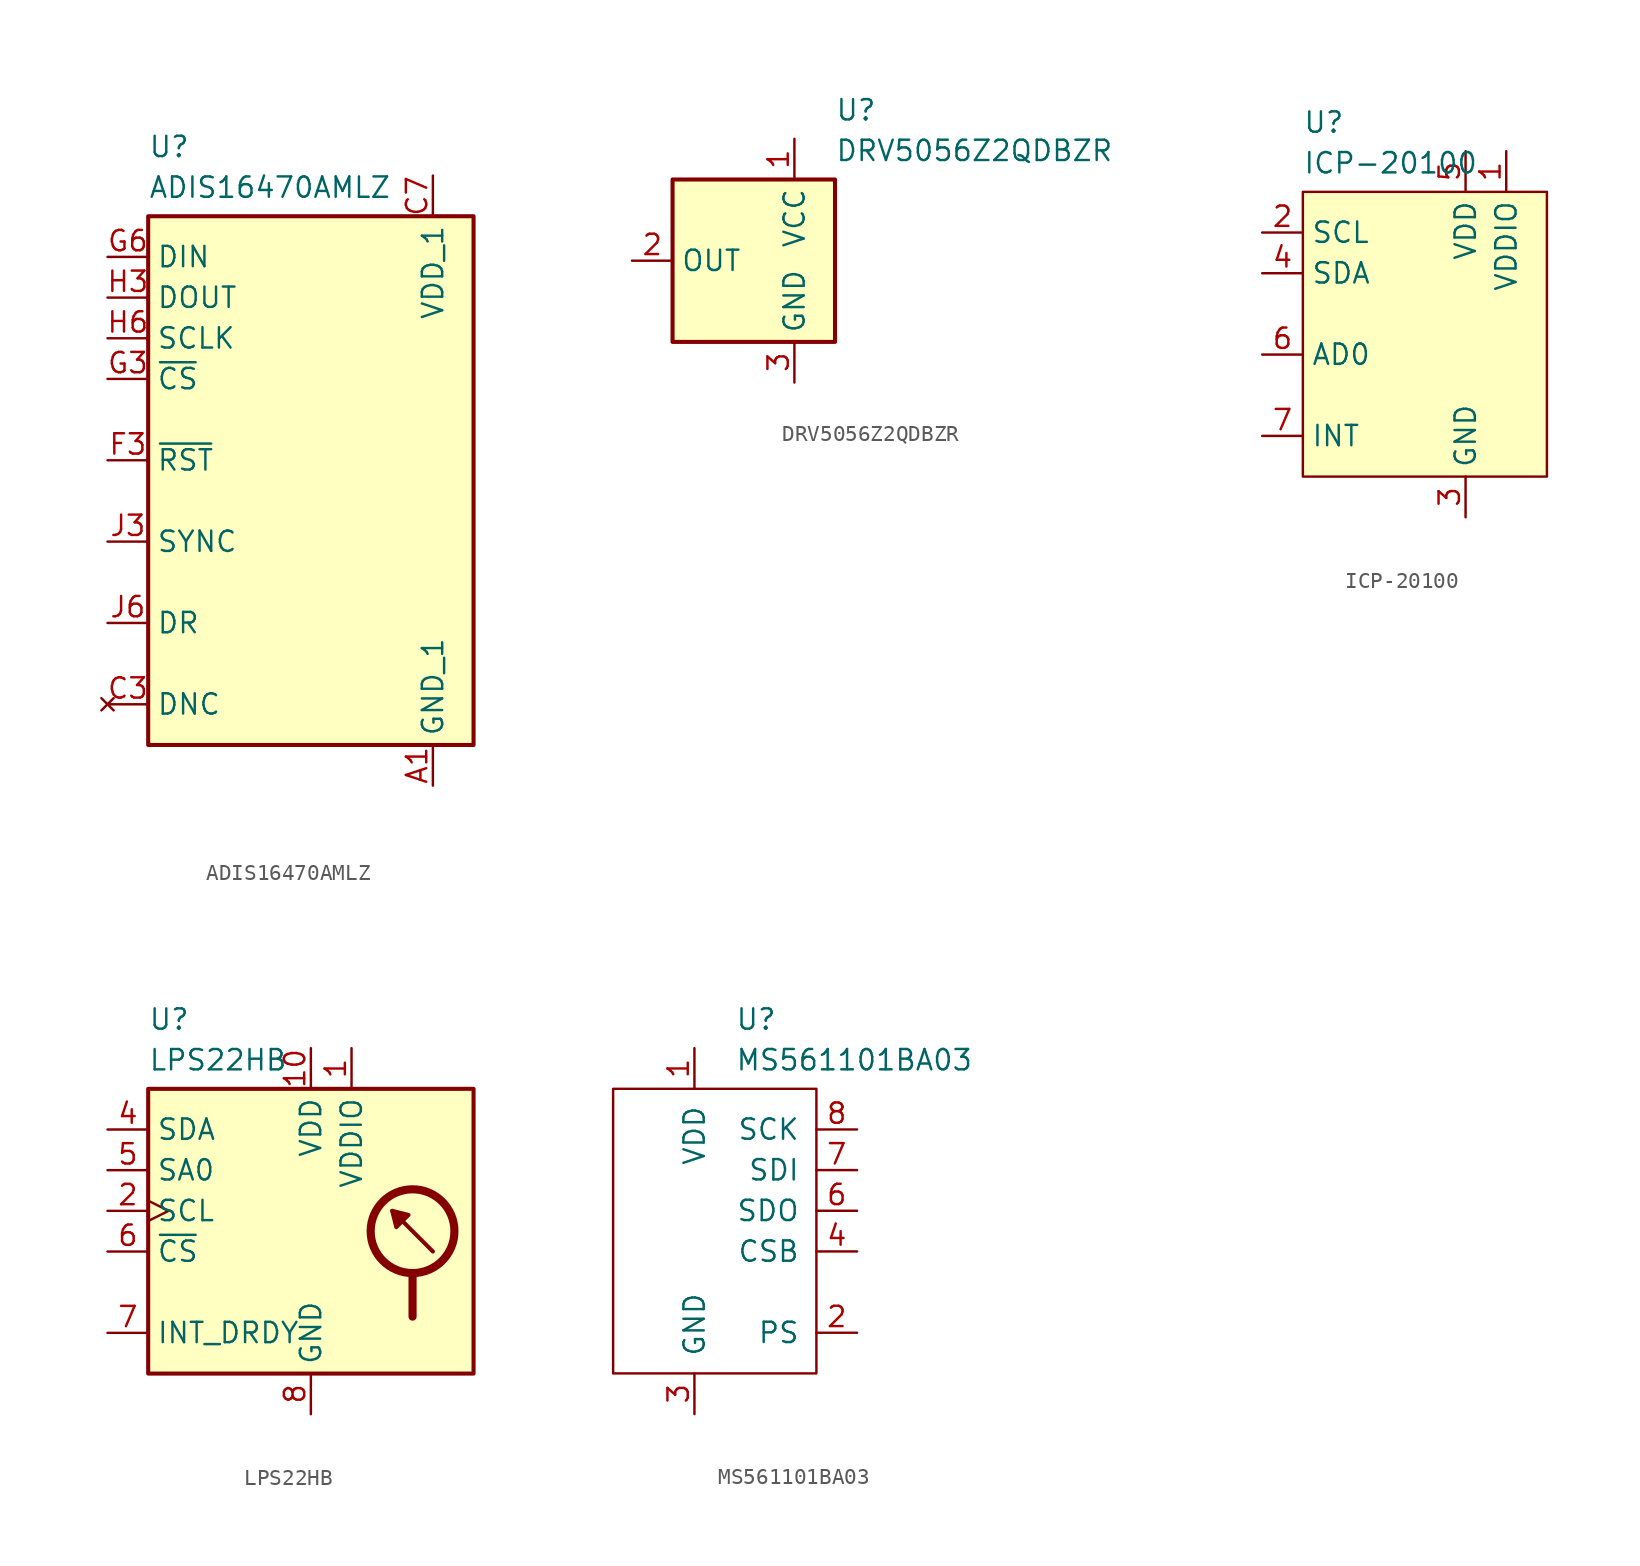
<source format=kicad_sym>
(kicad_symbol_lib
  (version 20241209)
  (generator "kicad_symbol_editor")
  (generator_version "9.0")
  (symbol "ADIS16470AMLZ"
    (property "Reference" "U"
      (at 2.54 7.62 0)
      (effects (font (size 1.27 1.27)) (justify left top)))
    (property "Value" "ADIS16470AMLZ"
      (at 2.54 5.08 0)
      (effects (font (size 1.27 1.27)) (justify left top)))
    (symbol "ADIS16470AMLZ_1_1"
      (rectangle (start 2.54 2.54) (end 22.86 -30.48) (stroke (width 0.254) (type default)) (fill (type background)))
      (pin passive line (at 0 0 0) (length 2.54) (name "DIN" (effects (font (size 1.27 1.27)))) (number "G6" (effects (font (size 1.27 1.27)))))
      (pin passive line (at 0 -2.54 0) (length 2.54) (name "DOUT" (effects (font (size 1.27 1.27)))) (number "H3" (effects (font (size 1.27 1.27)))))
      (pin passive line (at 0 -5.08 0) (length 2.54) (name "SCLK" (effects (font (size 1.27 1.27)))) (number "H6" (effects (font (size 1.27 1.27)))))
      (pin passive line (at 0 -7.62 0) (length 2.54) (name "~{CS}" (effects (font (size 1.27 1.27)))) (number "G3" (effects (font (size 1.27 1.27)))))
      (pin passive line (at 0 -12.7 0) (length 2.54) (name "~{RST}" (effects (font (size 1.27 1.27)))) (number "F3" (effects (font (size 1.27 1.27)))))
      (pin passive line (at 0 -17.78 0) (length 2.54) (name "SYNC" (effects (font (size 1.27 1.27)))) (number "J3" (effects (font (size 1.27 1.27)))))
      (pin passive line (at 0 -22.86 0) (length 2.54) (name "DR" (effects (font (size 1.27 1.27)))) (number "J6" (effects (font (size 1.27 1.27)))))
      (pin no_connect line (at 0 -27.94 0) (length 2.54) (name "DNC" (effects (font (size 1.27 1.27)))) (number "C3" (effects (font (size 1.27 1.27)))))
      (pin passive line (at 20.32 5.08 270) (length 2.54) (name "VDD_1" (effects (font (size 1.27 1.27)))) (number "C7" (effects (font (size 1.27 1.27)))))
      (pin passive line (at 20.32 5.08 270) (length 2.54) (hide yes) (name "VDD_2" (effects (font (size 1.27 1.27)))) (number "D6" (effects (font (size 1.27 1.27)))))
      (pin passive line (at 20.32 5.08 270) (length 2.54) (hide yes) (name "VDD_3" (effects (font (size 1.27 1.27)))) (number "E3" (effects (font (size 1.27 1.27)))))
      (pin passive line (at 20.32 5.08 270) (length 2.54) (hide yes) (name "VDD_4" (effects (font (size 1.27 1.27)))) (number "H1" (effects (font (size 1.27 1.27)))))
      (pin passive line (at 20.32 5.08 270) (length 2.54) (hide yes) (name "VDD_5" (effects (font (size 1.27 1.27)))) (number "J4" (effects (font (size 1.27 1.27)))))
      (pin passive line (at 20.32 5.08 270) (length 2.54) (hide yes) (name "VDD_6" (effects (font (size 1.27 1.27)))) (number "J5" (effects (font (size 1.27 1.27)))))
      (pin passive line (at 20.32 5.08 270) (length 2.54) (hide yes) (name "VDD_7" (effects (font (size 1.27 1.27)))) (number "K6" (effects (font (size 1.27 1.27)))))
      (pin passive line (at 20.32 -33.02 90) (length 2.54) (name "GND_1" (effects (font (size 1.27 1.27)))) (number "A1" (effects (font (size 1.27 1.27)))))
      (pin passive line (at 20.32 -33.02 90) (length 2.54) (hide yes) (name "GND_2" (effects (font (size 1.27 1.27)))) (number "A2" (effects (font (size 1.27 1.27)))))
      (pin passive line (at 20.32 -33.02 90) (length 2.54) (hide yes) (name "GND_3" (effects (font (size 1.27 1.27)))) (number "A3" (effects (font (size 1.27 1.27)))))
      (pin passive line (at 20.32 -33.02 90) (length 2.54) (hide yes) (name "GND_4" (effects (font (size 1.27 1.27)))) (number "A4" (effects (font (size 1.27 1.27)))))
      (pin passive line (at 20.32 -33.02 90) (length 2.54) (hide yes) (name "GND_5" (effects (font (size 1.27 1.27)))) (number "A5" (effects (font (size 1.27 1.27)))))
      (pin passive line (at 20.32 -33.02 90) (length 2.54) (hide yes) (name "GND_6" (effects (font (size 1.27 1.27)))) (number "A6" (effects (font (size 1.27 1.27)))))
      (pin passive line (at 20.32 -33.02 90) (length 2.54) (hide yes) (name "GND_7" (effects (font (size 1.27 1.27)))) (number "A7" (effects (font (size 1.27 1.27)))))
      (pin passive line (at 20.32 -33.02 90) (length 2.54) (hide yes) (name "GND_8" (effects (font (size 1.27 1.27)))) (number "A8" (effects (font (size 1.27 1.27)))))
      (pin passive line (at 20.32 -33.02 90) (length 2.54) (hide yes) (name "GND_9" (effects (font (size 1.27 1.27)))) (number "B3" (effects (font (size 1.27 1.27)))))
      (pin passive line (at 20.32 -33.02 90) (length 2.54) (hide yes) (name "GND_10" (effects (font (size 1.27 1.27)))) (number "B4" (effects (font (size 1.27 1.27)))))
      (pin passive line (at 20.32 -33.02 90) (length 2.54) (hide yes) (name "GND_11" (effects (font (size 1.27 1.27)))) (number "B5" (effects (font (size 1.27 1.27)))))
      (pin passive line (at 20.32 -33.02 90) (length 2.54) (hide yes) (name "GND_12" (effects (font (size 1.27 1.27)))) (number "B6" (effects (font (size 1.27 1.27)))))
      (pin passive line (at 20.32 -33.02 90) (length 2.54) (hide yes) (name "GND_13" (effects (font (size 1.27 1.27)))) (number "C2" (effects (font (size 1.27 1.27)))))
      (pin passive line (at 20.32 -33.02 90) (length 2.54) (hide yes) (name "GND_14" (effects (font (size 1.27 1.27)))) (number "C6" (effects (font (size 1.27 1.27)))))
      (pin passive line (at 20.32 -33.02 90) (length 2.54) (hide yes) (name "GND_15" (effects (font (size 1.27 1.27)))) (number "D3" (effects (font (size 1.27 1.27)))))
      (pin passive line (at 20.32 -33.02 90) (length 2.54) (hide yes) (name "GND_16" (effects (font (size 1.27 1.27)))) (number "E2" (effects (font (size 1.27 1.27)))))
      (pin passive line (at 20.32 -33.02 90) (length 2.54) (hide yes) (name "GND_17" (effects (font (size 1.27 1.27)))) (number "E6" (effects (font (size 1.27 1.27)))))
      (pin passive line (at 20.32 -33.02 90) (length 2.54) (hide yes) (name "GND_18" (effects (font (size 1.27 1.27)))) (number "E7" (effects (font (size 1.27 1.27)))))
      (pin passive line (at 20.32 -33.02 90) (length 2.54) (hide yes) (name "GND_19" (effects (font (size 1.27 1.27)))) (number "F1" (effects (font (size 1.27 1.27)))))
      (pin passive line (at 20.32 -33.02 90) (length 2.54) (hide yes) (name "GND_20" (effects (font (size 1.27 1.27)))) (number "F6" (effects (font (size 1.27 1.27)))))
      (pin passive line (at 20.32 -33.02 90) (length 2.54) (hide yes) (name "GND_21" (effects (font (size 1.27 1.27)))) (number "F8" (effects (font (size 1.27 1.27)))))
      (pin passive line (at 20.32 -33.02 90) (length 2.54) (hide yes) (name "GND_22" (effects (font (size 1.27 1.27)))) (number "G2" (effects (font (size 1.27 1.27)))))
      (pin passive line (at 20.32 -33.02 90) (length 2.54) (hide yes) (name "GND_23" (effects (font (size 1.27 1.27)))) (number "G7" (effects (font (size 1.27 1.27)))))
      (pin passive line (at 20.32 -33.02 90) (length 2.54) (hide yes) (name "GND_24" (effects (font (size 1.27 1.27)))) (number "H8" (effects (font (size 1.27 1.27)))))
      (pin passive line (at 20.32 -33.02 90) (length 2.54) (hide yes) (name "GND_25" (effects (font (size 1.27 1.27)))) (number "J2" (effects (font (size 1.27 1.27)))))
      (pin passive line (at 20.32 -33.02 90) (length 2.54) (hide yes) (name "GND_26" (effects (font (size 1.27 1.27)))) (number "J7" (effects (font (size 1.27 1.27)))))
      (pin passive line (at 20.32 -33.02 90) (length 2.54) (hide yes) (name "GND_27" (effects (font (size 1.27 1.27)))) (number "K1" (effects (font (size 1.27 1.27)))))
      (pin passive line (at 20.32 -33.02 90) (length 2.54) (hide yes) (name "GND_28" (effects (font (size 1.27 1.27)))) (number "K3" (effects (font (size 1.27 1.27)))))
      (pin passive line (at 20.32 -33.02 90) (length 2.54) (hide yes) (name "GND_29" (effects (font (size 1.27 1.27)))) (number "K8" (effects (font (size 1.27 1.27)))))))
  (symbol "DRV5056Z2QDBZR"
    (property "Reference" "U"
      (at 12.7 10.16 0)
      (effects (font (size 1.27 1.27)) (justify left top)))
    (property "Value" "DRV5056Z2QDBZR"
      (at 12.7 7.62 0)
      (effects (font (size 1.27 1.27)) (justify left top)))
    (symbol "DRV5056Z2QDBZR_1_1"
      (rectangle (start 2.54 5.08) (end 12.7 -5.08) (stroke (width 0.254) (type default)) (fill (type background)))
      (pin passive line (at 0 0 0) (length 2.54) (name "OUT" (effects (font (size 1.27 1.27)))) (number "2" (effects (font (size 1.27 1.27)))))
      (pin passive line (at 10.16 7.62 270) (length 2.54) (name "VCC" (effects (font (size 1.27 1.27)))) (number "1" (effects (font (size 1.27 1.27)))))
      (pin passive line (at 10.16 -7.62 90) (length 2.54) (name "GND" (effects (font (size 1.27 1.27)))) (number "3" (effects (font (size 1.27 1.27)))))))
  (symbol "ICP-20100"
    (property "Reference" "U"
      (at 2.54 7.62 0)
      (effects (font (size 1.27 1.27)) (justify left top)))
    (property "Value" "ICP-20100"
      (at 2.54 5.08 0)
      (effects (font (size 1.27 1.27)) (justify left top)))
    (symbol "ICP-20100_1_1"
      (rectangle (start 2.54 2.54) (end 17.78 -15.24) (stroke (width 0) (type solid)) (fill (type background)))
      (pin input line (at 0 0 0) (length 2.54) (name "SCL" (effects (font (size 1.27 1.27)))) (number "2" (effects (font (size 1.27 1.27)))))
      (pin bidirectional line (at 0 -2.54 0) (length 2.54) (name "SDA" (effects (font (size 1.27 1.27)))) (number "4" (effects (font (size 1.27 1.27)))))
      (pin input line (at 0 -7.62 0) (length 2.54) (name "AD0" (effects (font (size 1.27 1.27)))) (number "6" (effects (font (size 1.27 1.27)))))
      (pin output line (at 0 -12.7 0) (length 2.54) (name "INT" (effects (font (size 1.27 1.27)))) (number "7" (effects (font (size 1.27 1.27)))))
      (pin power_in line (at 12.7 5.08 270) (length 2.54) (name "VDD" (effects (font (size 1.27 1.27)))) (number "5" (effects (font (size 1.27 1.27)))))
      (pin power_in line (at 12.7 -17.78 90) (length 2.54) (name "GND" (effects (font (size 1.27 1.27)))) (number "3" (effects (font (size 1.27 1.27)))))
      (pin power_in line (at 15.24 5.08 270) (length 2.54) (name "VDDIO" (effects (font (size 1.27 1.27)))) (number "1" (effects (font (size 1.27 1.27)))))))
  (symbol "LPS22HB"
    (property "Reference" "U"
      (at 2.54 7.62 0)
      (effects (font (size 1.27 1.27)) (justify left top)))
    (property "Value" "LPS22HB"
      (at 2.54 5.08 0)
      (effects (font (size 1.27 1.27)) (justify left top)))
    (symbol "LPS22HB_0_1"
      (polyline (pts (xy 17.78 -5.08) (xy 18.034 -6.096) (xy 18.796 -5.334) (xy 17.78 -5.08)) (stroke (width 0.254) (type default)) (fill (type outline)))
      (circle (center 19.05 -6.35) (radius 2.616) (stroke (width 0.508) (type default)) (fill (type none)))
      (polyline (pts (xy 19.05 -9.144) (xy 19.05 -11.684)) (stroke (width 0.508) (type default)) (fill (type none)))
      (polyline (pts (xy 20.32 -7.62) (xy 17.78 -5.08)) (stroke (width 0.254) (type default)) (fill (type none)))
      (rectangle (start 22.86 2.54) (end 2.54 -15.24) (stroke (width 0.254) (type default)) (fill (type background))))
    (symbol "LPS22HB_1_1"
      (pin bidirectional line (at 0 0 0) (length 2.54) (name "SDA" (effects (font (size 1.27 1.27)))) (number "4" (effects (font (size 1.27 1.27)))) (alternate "SDI" input line) (alternate "SDI/SDO" bidirectional line))
      (pin input line (at 0 -2.54 0) (length 2.54) (name "SA0" (effects (font (size 1.27 1.27)))) (number "5" (effects (font (size 1.27 1.27)))) (alternate "SDO" output line))
      (pin input clock (at 0 -5.08 0) (length 2.54) (name "SCL" (effects (font (size 1.27 1.27)))) (number "2" (effects (font (size 1.27 1.27)))) (alternate "SPC" input clock))
      (pin input line (at 0 -7.62 0) (length 2.54) (name "~{CS}" (effects (font (size 1.27 1.27)))) (number "6" (effects (font (size 1.27 1.27)))))
      (pin output line (at 0 -12.7 0) (length 2.54) (name "INT_DRDY" (effects (font (size 1.27 1.27)))) (number "7" (effects (font (size 1.27 1.27)))))
      (pin power_in line (at 12.7 5.08 270) (length 2.54) (name "VDD" (effects (font (size 1.27 1.27)))) (number "10" (effects (font (size 1.27 1.27)))))
      (pin passive line (at 12.7 -17.78 90) (length 2.54) (hide yes) (name "GND" (effects (font (size 1.27 1.27)))) (number "3" (effects (font (size 1.27 1.27)))))
      (pin power_in line (at 12.7 -17.78 90) (length 2.54) (name "GND" (effects (font (size 1.27 1.27)))) (number "8" (effects (font (size 1.27 1.27)))))
      (pin passive line (at 12.7 -17.78 90) (length 2.54) (hide yes) (name "GND" (effects (font (size 1.27 1.27)))) (number "9" (effects (font (size 1.27 1.27)))))
      (pin power_in line (at 15.24 5.08 270) (length 2.54) (name "VDDIO" (effects (font (size 1.27 1.27)))) (number "1" (effects (font (size 1.27 1.27)))))))
  (symbol "MS561101BA03"
    (pin_names
      (offset 1.016))
    (property "Reference" "U"
      (at 7.62 5.08 0)
      (effects (font (size 1.27 1.27)) (justify left top)))
    (property "Value" "MS561101BA03"
      (at 7.62 2.54 0)
      (effects (font (size 1.27 1.27)) (justify left top)))
    (symbol "MS561101BA03_0_1"
      (rectangle (start 0 0) (end 12.7 -17.78) (stroke (width 0) (type default)) (fill (type none))))
    (symbol "MS561101BA03_1_1"
      (pin power_in line (at 5.08 2.54 270) (length 2.54) (name "VDD" (effects (font (size 1.27 1.27)))) (number "1" (effects (font (size 1.27 1.27)))))
      (pin power_in line (at 5.08 -20.32 90) (length 2.54) (name "GND" (effects (font (size 1.27 1.27)))) (number "3" (effects (font (size 1.27 1.27)))))
      (pin input line (at 15.24 -2.54 180) (length 2.54) (name "SCK" (effects (font (size 1.27 1.27)))) (number "8" (effects (font (size 1.27 1.27)))))
      (pin input line (at 15.24 -5.08 180) (length 2.54) (name "SDI" (effects (font (size 1.27 1.27)))) (number "7" (effects (font (size 1.27 1.27)))))
      (pin output line (at 15.24 -7.62 180) (length 2.54) (name "SDO" (effects (font (size 1.27 1.27)))) (number "6" (effects (font (size 1.27 1.27)))))
      (pin input line (at 15.24 -10.16 180) (length 2.54) (name "CSB" (effects (font (size 1.27 1.27)))) (number "4" (effects (font (size 1.27 1.27)))))
      (pin input line (at 15.24 -10.16 180) (length 2.54) (hide yes) (name "CSB" (effects (font (size 1.27 1.27)))) (number "5" (effects (font (size 1.27 1.27)))))
      (pin input line (at 15.24 -15.24 180) (length 2.54) (name "PS" (effects (font (size 1.27 1.27)))) (number "2" (effects (font (size 1.27 1.27))))))))
</source>
